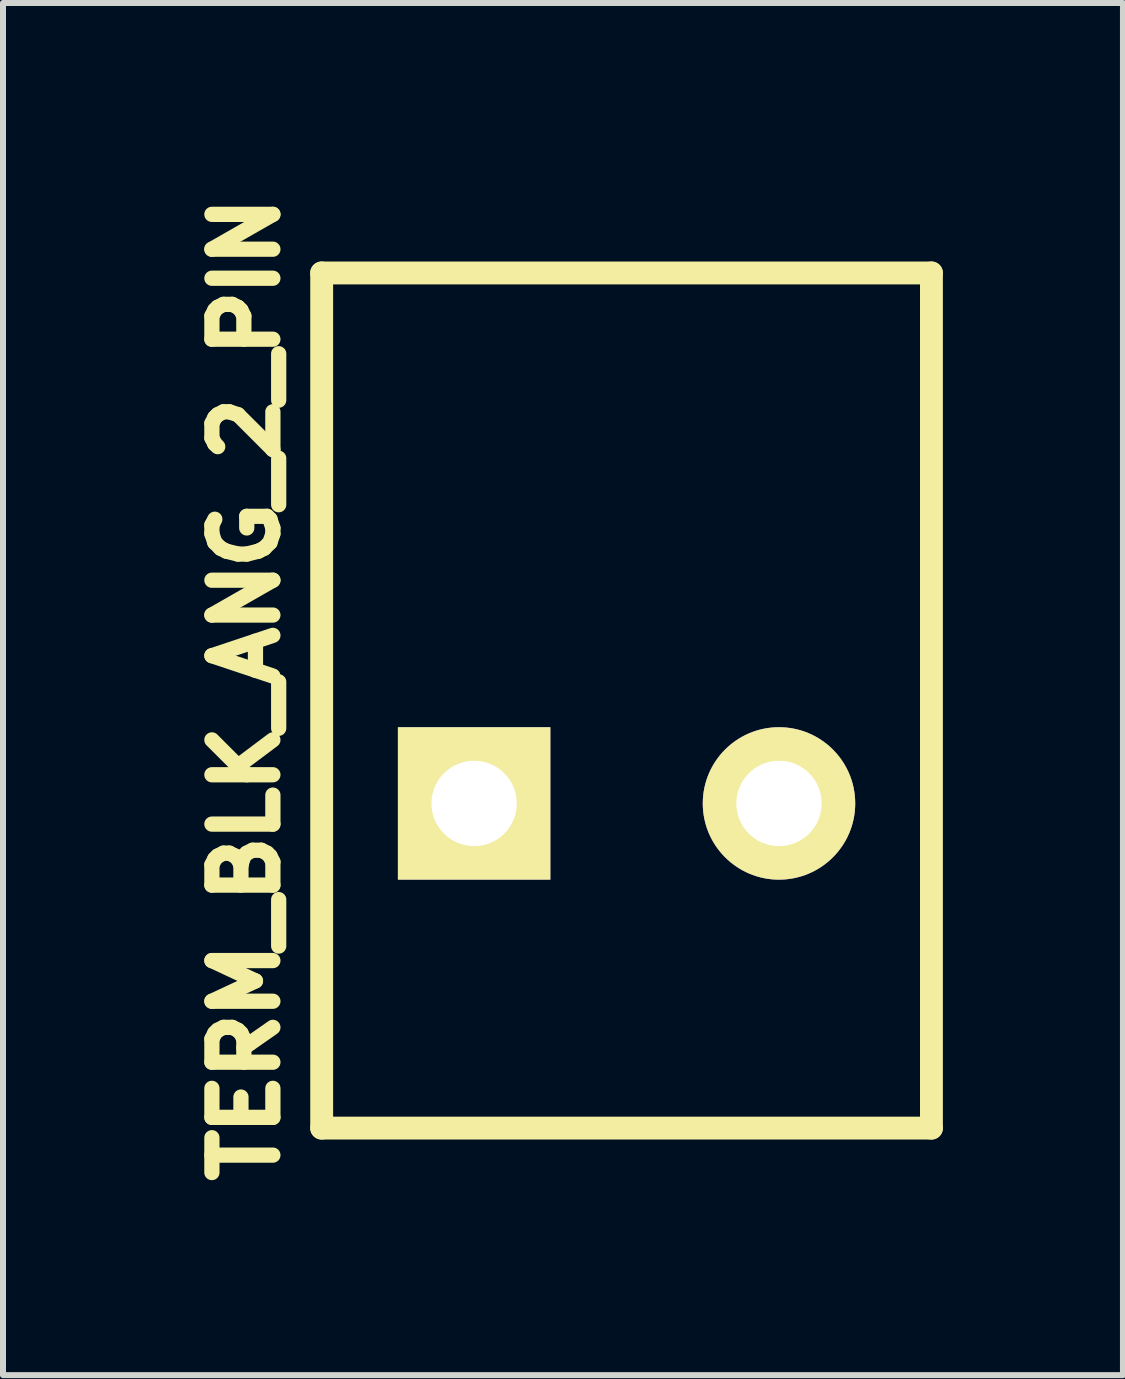
<source format=kicad_pcb>
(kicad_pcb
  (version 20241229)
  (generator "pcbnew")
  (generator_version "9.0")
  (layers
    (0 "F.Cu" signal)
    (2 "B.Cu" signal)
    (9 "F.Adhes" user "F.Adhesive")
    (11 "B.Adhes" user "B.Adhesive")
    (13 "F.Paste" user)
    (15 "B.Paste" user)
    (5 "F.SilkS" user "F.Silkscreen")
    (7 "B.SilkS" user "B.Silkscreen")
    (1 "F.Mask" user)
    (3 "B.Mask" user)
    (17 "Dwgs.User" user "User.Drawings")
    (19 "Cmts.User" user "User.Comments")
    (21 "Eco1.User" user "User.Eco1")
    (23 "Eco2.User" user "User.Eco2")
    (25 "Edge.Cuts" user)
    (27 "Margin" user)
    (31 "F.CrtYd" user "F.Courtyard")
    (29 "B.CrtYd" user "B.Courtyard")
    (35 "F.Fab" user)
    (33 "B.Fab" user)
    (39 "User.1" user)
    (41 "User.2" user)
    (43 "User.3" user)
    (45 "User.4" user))
  (footprint "TERM_BLK_ANG_2_PIN"
    (layer "F.Cu")
    (at 7.39 10.337)
    (property "Reference" "TERM_BLK_ANG_2_PIN" (at -6.35 -1.905 90) (layer "F.SilkS") (effects (font (size 1.016 1.016) (thickness 0.254))))
    (attr through_hole)
    (fp_line (start -5.08 -8.839) (end -5.08 5.41) (stroke (width 0.381) (type solid)) (layer "F.SilkS"))
    (fp_line (start -5.08 -8.839) (end 5.08 -8.839) (stroke (width 0.381) (type solid)) (layer "F.SilkS"))
    (fp_line (start -5.08 5.41) (end 5.08 5.41) (stroke (width 0.381) (type solid)) (layer "F.SilkS"))
    (fp_line (start 5.08 -8.839) (end 5.08 5.41) (stroke (width 0.381) (type solid)) (layer "F.SilkS"))
    (pad "1" thru_hole rect (at -2.54 0) (size 2.54 2.54) (drill 1.422) (layers "*.Cu" "*.Mask" "F.SilkS"))
    (pad "2" thru_hole oval (at 2.54 0) (size 2.54 2.54) (drill 1.422) (layers "*.Cu" "*.Mask" "F.SilkS")))
  (gr_rect
    (start -3 -3)
    (end 15.661 19.863)
    (stroke (width 0.1) (type default))
    (fill no)
    (layer "Edge.Cuts")))
</source>
